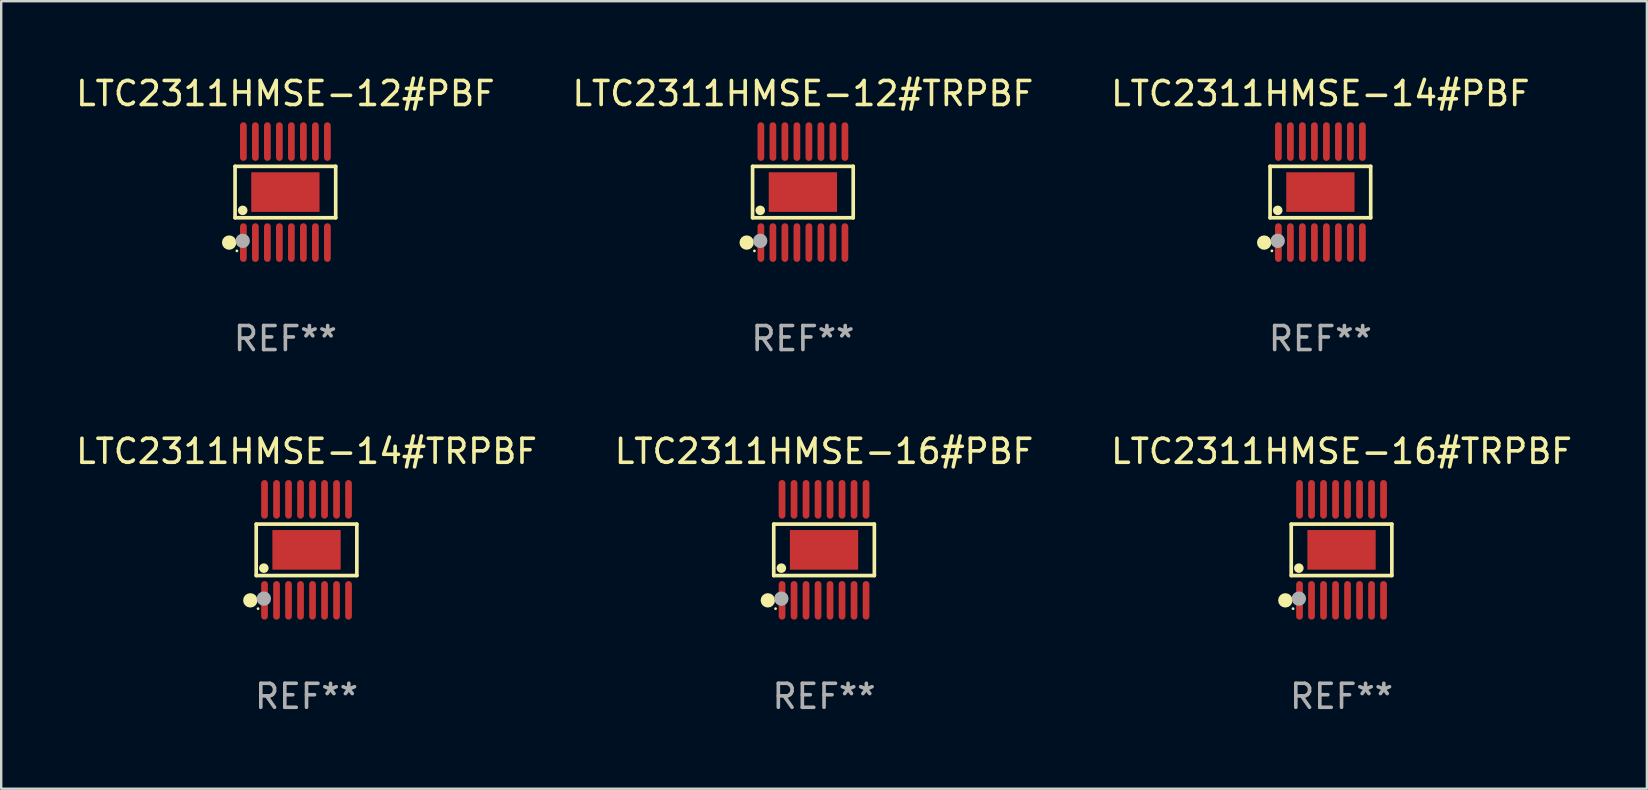
<source format=kicad_pcb>
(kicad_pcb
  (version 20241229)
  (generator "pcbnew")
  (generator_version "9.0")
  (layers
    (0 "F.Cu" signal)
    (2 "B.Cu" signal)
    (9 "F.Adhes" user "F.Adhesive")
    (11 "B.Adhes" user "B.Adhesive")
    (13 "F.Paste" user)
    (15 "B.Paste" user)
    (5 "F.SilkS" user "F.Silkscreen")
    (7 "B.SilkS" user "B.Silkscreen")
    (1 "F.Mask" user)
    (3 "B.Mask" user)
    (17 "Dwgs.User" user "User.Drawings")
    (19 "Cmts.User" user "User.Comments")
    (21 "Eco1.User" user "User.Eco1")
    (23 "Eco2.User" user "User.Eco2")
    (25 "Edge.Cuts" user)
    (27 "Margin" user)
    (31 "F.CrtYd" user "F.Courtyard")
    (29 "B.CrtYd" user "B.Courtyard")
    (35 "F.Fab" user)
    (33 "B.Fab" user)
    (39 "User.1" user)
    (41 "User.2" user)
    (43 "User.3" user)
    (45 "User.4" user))
  (footprint "LTC2311HMSE-14#TRPBF"
    (layer "F.Cu")
    (at 9.72 19.857)
    (property "Reference" "LTC2311HMSE-14#TRPBF" (at 0 -4.104 0) (layer "F.SilkS") (effects (font (size 1 1) (thickness 0.15))))
    (attr through_hole)
    (fp_line (start -2.096 -1.072) (end 2.096 -1.072) (stroke (width 0.152) (type solid)) (layer "F.SilkS"))
    (fp_line (start -2.096 1.071) (end -2.096 -1.072) (stroke (width 0.152) (type solid)) (layer "F.SilkS"))
    (fp_line (start 2.096 -1.072) (end 2.096 1.071) (stroke (width 0.152) (type solid)) (layer "F.SilkS"))
    (fp_line (start 2.096 1.071) (end -2.096 1.071) (stroke (width 0.152) (type solid)) (layer "F.SilkS"))
    (fp_circle (center -2.342 2.104) (end -2.192 2.104) (stroke (width 0.3) (type solid)) (fill no) (layer "F.SilkS"))
    (fp_circle (center -2.02 2.45) (end -1.99 2.45) (stroke (width 0.06) (type solid)) (fill no) (layer "F.SilkS"))
    (fp_circle (center -1.778 0.762) (end -1.678 0.762) (stroke (width 0.2) (type solid)) (fill no) (layer "F.SilkS"))
    (fp_circle (center -1.778 2.032) (end -1.628 2.032) (stroke (width 0.3) (type solid)) (fill no) (layer "F.Fab"))
    (fp_text user "REF**" (at 0 6.104 0) (layer "F.Fab") (effects (font (size 1 1) (thickness 0.15))))
    (pad "1" smd oval (at -1.75 2.104) (size 0.28 1.608) (layers "F.Cu" "F.Mask" "F.Paste"))
    (pad "2" smd oval (at -1.25 2.104) (size 0.28 1.608) (layers "F.Cu" "F.Mask" "F.Paste"))
    (pad "3" smd oval (at -0.75 2.104) (size 0.28 1.608) (layers "F.Cu" "F.Mask" "F.Paste"))
    (pad "4" smd oval (at -0.25 2.104) (size 0.28 1.608) (layers "F.Cu" "F.Mask" "F.Paste"))
    (pad "5" smd oval (at 0.25 2.104) (size 0.28 1.608) (layers "F.Cu" "F.Mask" "F.Paste"))
    (pad "6" smd oval (at 0.75 2.104) (size 0.28 1.608) (layers "F.Cu" "F.Mask" "F.Paste"))
    (pad "7" smd oval (at 1.25 2.104) (size 0.28 1.608) (layers "F.Cu" "F.Mask" "F.Paste"))
    (pad "8" smd oval (at 1.75 2.104) (size 0.28 1.608) (layers "F.Cu" "F.Mask" "F.Paste"))
    (pad "9" smd oval (at 1.75 -2.104) (size 0.28 1.608) (layers "F.Cu" "F.Mask" "F.Paste"))
    (pad "10" smd oval (at 1.25 -2.104) (size 0.28 1.608) (layers "F.Cu" "F.Mask" "F.Paste"))
    (pad "11" smd oval (at 0.75 -2.104) (size 0.28 1.608) (layers "F.Cu" "F.Mask" "F.Paste"))
    (pad "12" smd oval (at 0.25 -2.104) (size 0.28 1.608) (layers "F.Cu" "F.Mask" "F.Paste"))
    (pad "13" smd oval (at -0.25 -2.104) (size 0.28 1.608) (layers "F.Cu" "F.Mask" "F.Paste"))
    (pad "14" smd oval (at -0.75 -2.104) (size 0.28 1.608) (layers "F.Cu" "F.Mask" "F.Paste"))
    (pad "15" smd oval (at -1.25 -2.104) (size 0.28 1.608) (layers "F.Cu" "F.Mask" "F.Paste"))
    (pad "16" smd oval (at -1.75 -2.104) (size 0.28 1.608) (layers "F.Cu" "F.Mask" "F.Paste"))
    (pad "17" smd rect (at 0 -0.000127) (size 2.845 1.651) (layers "F.Cu" "F.Mask" "F.Paste")))
  (footprint "LTC2311HMSE-12#PBF"
    (layer "F.Cu")
    (at 8.839 4.952)
    (property "Reference" "LTC2311HMSE-12#PBF" (at 0 -4.104 0) (layer "F.SilkS") (effects (font (size 1 1) (thickness 0.15))))
    (attr through_hole)
    (fp_line (start -2.096 -1.072) (end 2.096 -1.072) (stroke (width 0.152) (type solid)) (layer "F.SilkS"))
    (fp_line (start -2.096 1.071) (end -2.096 -1.072) (stroke (width 0.152) (type solid)) (layer "F.SilkS"))
    (fp_line (start 2.096 -1.072) (end 2.096 1.071) (stroke (width 0.152) (type solid)) (layer "F.SilkS"))
    (fp_line (start 2.096 1.071) (end -2.096 1.071) (stroke (width 0.152) (type solid)) (layer "F.SilkS"))
    (fp_circle (center -2.342 2.104) (end -2.192 2.104) (stroke (width 0.3) (type solid)) (fill no) (layer "F.SilkS"))
    (fp_circle (center -2.02 2.45) (end -1.99 2.45) (stroke (width 0.06) (type solid)) (fill no) (layer "F.SilkS"))
    (fp_circle (center -1.778 0.762) (end -1.678 0.762) (stroke (width 0.2) (type solid)) (fill no) (layer "F.SilkS"))
    (fp_circle (center -1.778 2.032) (end -1.628 2.032) (stroke (width 0.3) (type solid)) (fill no) (layer "F.Fab"))
    (fp_text user "REF**" (at 0 6.104 0) (layer "F.Fab") (effects (font (size 1 1) (thickness 0.15))))
    (pad "1" smd oval (at -1.75 2.104) (size 0.28 1.608) (layers "F.Cu" "F.Mask" "F.Paste"))
    (pad "2" smd oval (at -1.25 2.104) (size 0.28 1.608) (layers "F.Cu" "F.Mask" "F.Paste"))
    (pad "3" smd oval (at -0.75 2.104) (size 0.28 1.608) (layers "F.Cu" "F.Mask" "F.Paste"))
    (pad "4" smd oval (at -0.25 2.104) (size 0.28 1.608) (layers "F.Cu" "F.Mask" "F.Paste"))
    (pad "5" smd oval (at 0.25 2.104) (size 0.28 1.608) (layers "F.Cu" "F.Mask" "F.Paste"))
    (pad "6" smd oval (at 0.75 2.104) (size 0.28 1.608) (layers "F.Cu" "F.Mask" "F.Paste"))
    (pad "7" smd oval (at 1.25 2.104) (size 0.28 1.608) (layers "F.Cu" "F.Mask" "F.Paste"))
    (pad "8" smd oval (at 1.75 2.104) (size 0.28 1.608) (layers "F.Cu" "F.Mask" "F.Paste"))
    (pad "9" smd oval (at 1.75 -2.104) (size 0.28 1.608) (layers "F.Cu" "F.Mask" "F.Paste"))
    (pad "10" smd oval (at 1.25 -2.104) (size 0.28 1.608) (layers "F.Cu" "F.Mask" "F.Paste"))
    (pad "11" smd oval (at 0.75 -2.104) (size 0.28 1.608) (layers "F.Cu" "F.Mask" "F.Paste"))
    (pad "12" smd oval (at 0.25 -2.104) (size 0.28 1.608) (layers "F.Cu" "F.Mask" "F.Paste"))
    (pad "13" smd oval (at -0.25 -2.104) (size 0.28 1.608) (layers "F.Cu" "F.Mask" "F.Paste"))
    (pad "14" smd oval (at -0.75 -2.104) (size 0.28 1.608) (layers "F.Cu" "F.Mask" "F.Paste"))
    (pad "15" smd oval (at -1.25 -2.104) (size 0.28 1.608) (layers "F.Cu" "F.Mask" "F.Paste"))
    (pad "16" smd oval (at -1.75 -2.104) (size 0.28 1.608) (layers "F.Cu" "F.Mask" "F.Paste"))
    (pad "17" smd rect (at 0 -0.000127) (size 2.845 1.651) (layers "F.Cu" "F.Mask" "F.Paste")))
  (footprint "LTC2311HMSE-16#TRPBF"
    (layer "F.Cu")
    (at 52.839 19.857)
    (property "Reference" "LTC2311HMSE-16#TRPBF" (at 0 -4.104 0) (layer "F.SilkS") (effects (font (size 1 1) (thickness 0.15))))
    (attr through_hole)
    (fp_line (start -2.096 -1.072) (end 2.096 -1.072) (stroke (width 0.152) (type solid)) (layer "F.SilkS"))
    (fp_line (start -2.096 1.071) (end -2.096 -1.072) (stroke (width 0.152) (type solid)) (layer "F.SilkS"))
    (fp_line (start 2.096 -1.072) (end 2.096 1.071) (stroke (width 0.152) (type solid)) (layer "F.SilkS"))
    (fp_line (start 2.096 1.071) (end -2.096 1.071) (stroke (width 0.152) (type solid)) (layer "F.SilkS"))
    (fp_circle (center -2.342 2.104) (end -2.192 2.104) (stroke (width 0.3) (type solid)) (fill no) (layer "F.SilkS"))
    (fp_circle (center -2.02 2.45) (end -1.99 2.45) (stroke (width 0.06) (type solid)) (fill no) (layer "F.SilkS"))
    (fp_circle (center -1.778 0.762) (end -1.678 0.762) (stroke (width 0.2) (type solid)) (fill no) (layer "F.SilkS"))
    (fp_circle (center -1.778 2.032) (end -1.628 2.032) (stroke (width 0.3) (type solid)) (fill no) (layer "F.Fab"))
    (fp_text user "REF**" (at 0 6.104 0) (layer "F.Fab") (effects (font (size 1 1) (thickness 0.15))))
    (pad "1" smd oval (at -1.75 2.104) (size 0.28 1.608) (layers "F.Cu" "F.Mask" "F.Paste"))
    (pad "2" smd oval (at -1.25 2.104) (size 0.28 1.608) (layers "F.Cu" "F.Mask" "F.Paste"))
    (pad "3" smd oval (at -0.75 2.104) (size 0.28 1.608) (layers "F.Cu" "F.Mask" "F.Paste"))
    (pad "4" smd oval (at -0.25 2.104) (size 0.28 1.608) (layers "F.Cu" "F.Mask" "F.Paste"))
    (pad "5" smd oval (at 0.25 2.104) (size 0.28 1.608) (layers "F.Cu" "F.Mask" "F.Paste"))
    (pad "6" smd oval (at 0.75 2.104) (size 0.28 1.608) (layers "F.Cu" "F.Mask" "F.Paste"))
    (pad "7" smd oval (at 1.25 2.104) (size 0.28 1.608) (layers "F.Cu" "F.Mask" "F.Paste"))
    (pad "8" smd oval (at 1.75 2.104) (size 0.28 1.608) (layers "F.Cu" "F.Mask" "F.Paste"))
    (pad "9" smd oval (at 1.75 -2.104) (size 0.28 1.608) (layers "F.Cu" "F.Mask" "F.Paste"))
    (pad "10" smd oval (at 1.25 -2.104) (size 0.28 1.608) (layers "F.Cu" "F.Mask" "F.Paste"))
    (pad "11" smd oval (at 0.75 -2.104) (size 0.28 1.608) (layers "F.Cu" "F.Mask" "F.Paste"))
    (pad "12" smd oval (at 0.25 -2.104) (size 0.28 1.608) (layers "F.Cu" "F.Mask" "F.Paste"))
    (pad "13" smd oval (at -0.25 -2.104) (size 0.28 1.608) (layers "F.Cu" "F.Mask" "F.Paste"))
    (pad "14" smd oval (at -0.75 -2.104) (size 0.28 1.608) (layers "F.Cu" "F.Mask" "F.Paste"))
    (pad "15" smd oval (at -1.25 -2.104) (size 0.28 1.608) (layers "F.Cu" "F.Mask" "F.Paste"))
    (pad "16" smd oval (at -1.75 -2.104) (size 0.28 1.608) (layers "F.Cu" "F.Mask" "F.Paste"))
    (pad "17" smd rect (at 0 -0.000127) (size 2.845 1.651) (layers "F.Cu" "F.Mask" "F.Paste")))
  (footprint "LTC2311HMSE-16#PBF"
    (layer "F.Cu")
    (at 31.28 19.857)
    (property "Reference" "LTC2311HMSE-16#PBF" (at 0 -4.104 0) (layer "F.SilkS") (effects (font (size 1 1) (thickness 0.15))))
    (attr through_hole)
    (fp_line (start -2.096 -1.072) (end 2.096 -1.072) (stroke (width 0.152) (type solid)) (layer "F.SilkS"))
    (fp_line (start -2.096 1.071) (end -2.096 -1.072) (stroke (width 0.152) (type solid)) (layer "F.SilkS"))
    (fp_line (start 2.096 -1.072) (end 2.096 1.071) (stroke (width 0.152) (type solid)) (layer "F.SilkS"))
    (fp_line (start 2.096 1.071) (end -2.096 1.071) (stroke (width 0.152) (type solid)) (layer "F.SilkS"))
    (fp_circle (center -2.342 2.104) (end -2.192 2.104) (stroke (width 0.3) (type solid)) (fill no) (layer "F.SilkS"))
    (fp_circle (center -2.02 2.45) (end -1.99 2.45) (stroke (width 0.06) (type solid)) (fill no) (layer "F.SilkS"))
    (fp_circle (center -1.778 0.762) (end -1.678 0.762) (stroke (width 0.2) (type solid)) (fill no) (layer "F.SilkS"))
    (fp_circle (center -1.778 2.032) (end -1.628 2.032) (stroke (width 0.3) (type solid)) (fill no) (layer "F.Fab"))
    (fp_text user "REF**" (at 0 6.104 0) (layer "F.Fab") (effects (font (size 1 1) (thickness 0.15))))
    (pad "1" smd oval (at -1.75 2.104) (size 0.28 1.608) (layers "F.Cu" "F.Mask" "F.Paste"))
    (pad "2" smd oval (at -1.25 2.104) (size 0.28 1.608) (layers "F.Cu" "F.Mask" "F.Paste"))
    (pad "3" smd oval (at -0.75 2.104) (size 0.28 1.608) (layers "F.Cu" "F.Mask" "F.Paste"))
    (pad "4" smd oval (at -0.25 2.104) (size 0.28 1.608) (layers "F.Cu" "F.Mask" "F.Paste"))
    (pad "5" smd oval (at 0.25 2.104) (size 0.28 1.608) (layers "F.Cu" "F.Mask" "F.Paste"))
    (pad "6" smd oval (at 0.75 2.104) (size 0.28 1.608) (layers "F.Cu" "F.Mask" "F.Paste"))
    (pad "7" smd oval (at 1.25 2.104) (size 0.28 1.608) (layers "F.Cu" "F.Mask" "F.Paste"))
    (pad "8" smd oval (at 1.75 2.104) (size 0.28 1.608) (layers "F.Cu" "F.Mask" "F.Paste"))
    (pad "9" smd oval (at 1.75 -2.104) (size 0.28 1.608) (layers "F.Cu" "F.Mask" "F.Paste"))
    (pad "10" smd oval (at 1.25 -2.104) (size 0.28 1.608) (layers "F.Cu" "F.Mask" "F.Paste"))
    (pad "11" smd oval (at 0.75 -2.104) (size 0.28 1.608) (layers "F.Cu" "F.Mask" "F.Paste"))
    (pad "12" smd oval (at 0.25 -2.104) (size 0.28 1.608) (layers "F.Cu" "F.Mask" "F.Paste"))
    (pad "13" smd oval (at -0.25 -2.104) (size 0.28 1.608) (layers "F.Cu" "F.Mask" "F.Paste"))
    (pad "14" smd oval (at -0.75 -2.104) (size 0.28 1.608) (layers "F.Cu" "F.Mask" "F.Paste"))
    (pad "15" smd oval (at -1.25 -2.104) (size 0.28 1.608) (layers "F.Cu" "F.Mask" "F.Paste"))
    (pad "16" smd oval (at -1.75 -2.104) (size 0.28 1.608) (layers "F.Cu" "F.Mask" "F.Paste"))
    (pad "17" smd rect (at 0 -0.000127) (size 2.845 1.651) (layers "F.Cu" "F.Mask" "F.Paste")))
  (footprint "LTC2311HMSE-12#TRPBF"
    (layer "F.Cu")
    (at 30.399 4.952)
    (property "Reference" "LTC2311HMSE-12#TRPBF" (at 0 -4.104 0) (layer "F.SilkS") (effects (font (size 1 1) (thickness 0.15))))
    (attr through_hole)
    (fp_line (start -2.096 -1.072) (end 2.096 -1.072) (stroke (width 0.152) (type solid)) (layer "F.SilkS"))
    (fp_line (start -2.096 1.071) (end -2.096 -1.072) (stroke (width 0.152) (type solid)) (layer "F.SilkS"))
    (fp_line (start 2.096 -1.072) (end 2.096 1.071) (stroke (width 0.152) (type solid)) (layer "F.SilkS"))
    (fp_line (start 2.096 1.071) (end -2.096 1.071) (stroke (width 0.152) (type solid)) (layer "F.SilkS"))
    (fp_circle (center -2.342 2.104) (end -2.192 2.104) (stroke (width 0.3) (type solid)) (fill no) (layer "F.SilkS"))
    (fp_circle (center -2.02 2.45) (end -1.99 2.45) (stroke (width 0.06) (type solid)) (fill no) (layer "F.SilkS"))
    (fp_circle (center -1.778 0.762) (end -1.678 0.762) (stroke (width 0.2) (type solid)) (fill no) (layer "F.SilkS"))
    (fp_circle (center -1.778 2.032) (end -1.628 2.032) (stroke (width 0.3) (type solid)) (fill no) (layer "F.Fab"))
    (fp_text user "REF**" (at 0 6.104 0) (layer "F.Fab") (effects (font (size 1 1) (thickness 0.15))))
    (pad "1" smd oval (at -1.75 2.104) (size 0.28 1.608) (layers "F.Cu" "F.Mask" "F.Paste"))
    (pad "2" smd oval (at -1.25 2.104) (size 0.28 1.608) (layers "F.Cu" "F.Mask" "F.Paste"))
    (pad "3" smd oval (at -0.75 2.104) (size 0.28 1.608) (layers "F.Cu" "F.Mask" "F.Paste"))
    (pad "4" smd oval (at -0.25 2.104) (size 0.28 1.608) (layers "F.Cu" "F.Mask" "F.Paste"))
    (pad "5" smd oval (at 0.25 2.104) (size 0.28 1.608) (layers "F.Cu" "F.Mask" "F.Paste"))
    (pad "6" smd oval (at 0.75 2.104) (size 0.28 1.608) (layers "F.Cu" "F.Mask" "F.Paste"))
    (pad "7" smd oval (at 1.25 2.104) (size 0.28 1.608) (layers "F.Cu" "F.Mask" "F.Paste"))
    (pad "8" smd oval (at 1.75 2.104) (size 0.28 1.608) (layers "F.Cu" "F.Mask" "F.Paste"))
    (pad "9" smd oval (at 1.75 -2.104) (size 0.28 1.608) (layers "F.Cu" "F.Mask" "F.Paste"))
    (pad "10" smd oval (at 1.25 -2.104) (size 0.28 1.608) (layers "F.Cu" "F.Mask" "F.Paste"))
    (pad "11" smd oval (at 0.75 -2.104) (size 0.28 1.608) (layers "F.Cu" "F.Mask" "F.Paste"))
    (pad "12" smd oval (at 0.25 -2.104) (size 0.28 1.608) (layers "F.Cu" "F.Mask" "F.Paste"))
    (pad "13" smd oval (at -0.25 -2.104) (size 0.28 1.608) (layers "F.Cu" "F.Mask" "F.Paste"))
    (pad "14" smd oval (at -0.75 -2.104) (size 0.28 1.608) (layers "F.Cu" "F.Mask" "F.Paste"))
    (pad "15" smd oval (at -1.25 -2.104) (size 0.28 1.608) (layers "F.Cu" "F.Mask" "F.Paste"))
    (pad "16" smd oval (at -1.75 -2.104) (size 0.28 1.608) (layers "F.Cu" "F.Mask" "F.Paste"))
    (pad "17" smd rect (at 0 -0.000127) (size 2.845 1.651) (layers "F.Cu" "F.Mask" "F.Paste")))
  (footprint "LTC2311HMSE-14#PBF"
    (layer "F.Cu")
    (at 51.958 4.952)
    (property "Reference" "LTC2311HMSE-14#PBF" (at 0 -4.104 0) (layer "F.SilkS") (effects (font (size 1 1) (thickness 0.15))))
    (attr through_hole)
    (fp_line (start -2.096 -1.072) (end 2.096 -1.072) (stroke (width 0.152) (type solid)) (layer "F.SilkS"))
    (fp_line (start -2.096 1.071) (end -2.096 -1.072) (stroke (width 0.152) (type solid)) (layer "F.SilkS"))
    (fp_line (start 2.096 -1.072) (end 2.096 1.071) (stroke (width 0.152) (type solid)) (layer "F.SilkS"))
    (fp_line (start 2.096 1.071) (end -2.096 1.071) (stroke (width 0.152) (type solid)) (layer "F.SilkS"))
    (fp_circle (center -2.342 2.104) (end -2.192 2.104) (stroke (width 0.3) (type solid)) (fill no) (layer "F.SilkS"))
    (fp_circle (center -2.02 2.45) (end -1.99 2.45) (stroke (width 0.06) (type solid)) (fill no) (layer "F.SilkS"))
    (fp_circle (center -1.778 0.762) (end -1.678 0.762) (stroke (width 0.2) (type solid)) (fill no) (layer "F.SilkS"))
    (fp_circle (center -1.778 2.032) (end -1.628 2.032) (stroke (width 0.3) (type solid)) (fill no) (layer "F.Fab"))
    (fp_text user "REF**" (at 0 6.104 0) (layer "F.Fab") (effects (font (size 1 1) (thickness 0.15))))
    (pad "1" smd oval (at -1.75 2.104) (size 0.28 1.608) (layers "F.Cu" "F.Mask" "F.Paste"))
    (pad "2" smd oval (at -1.25 2.104) (size 0.28 1.608) (layers "F.Cu" "F.Mask" "F.Paste"))
    (pad "3" smd oval (at -0.75 2.104) (size 0.28 1.608) (layers "F.Cu" "F.Mask" "F.Paste"))
    (pad "4" smd oval (at -0.25 2.104) (size 0.28 1.608) (layers "F.Cu" "F.Mask" "F.Paste"))
    (pad "5" smd oval (at 0.25 2.104) (size 0.28 1.608) (layers "F.Cu" "F.Mask" "F.Paste"))
    (pad "6" smd oval (at 0.75 2.104) (size 0.28 1.608) (layers "F.Cu" "F.Mask" "F.Paste"))
    (pad "7" smd oval (at 1.25 2.104) (size 0.28 1.608) (layers "F.Cu" "F.Mask" "F.Paste"))
    (pad "8" smd oval (at 1.75 2.104) (size 0.28 1.608) (layers "F.Cu" "F.Mask" "F.Paste"))
    (pad "9" smd oval (at 1.75 -2.104) (size 0.28 1.608) (layers "F.Cu" "F.Mask" "F.Paste"))
    (pad "10" smd oval (at 1.25 -2.104) (size 0.28 1.608) (layers "F.Cu" "F.Mask" "F.Paste"))
    (pad "11" smd oval (at 0.75 -2.104) (size 0.28 1.608) (layers "F.Cu" "F.Mask" "F.Paste"))
    (pad "12" smd oval (at 0.25 -2.104) (size 0.28 1.608) (layers "F.Cu" "F.Mask" "F.Paste"))
    (pad "13" smd oval (at -0.25 -2.104) (size 0.28 1.608) (layers "F.Cu" "F.Mask" "F.Paste"))
    (pad "14" smd oval (at -0.75 -2.104) (size 0.28 1.608) (layers "F.Cu" "F.Mask" "F.Paste"))
    (pad "15" smd oval (at -1.25 -2.104) (size 0.28 1.608) (layers "F.Cu" "F.Mask" "F.Paste"))
    (pad "16" smd oval (at -1.75 -2.104) (size 0.28 1.608) (layers "F.Cu" "F.Mask" "F.Paste"))
    (pad "17" smd rect (at 0 -0.000127) (size 2.845 1.651) (layers "F.Cu" "F.Mask" "F.Paste")))
  (gr_rect
    (start -3 -3)
    (end 65.56 29.809)
    (stroke (width 0.1) (type default))
    (fill no)
    (layer "Edge.Cuts")))
</source>
